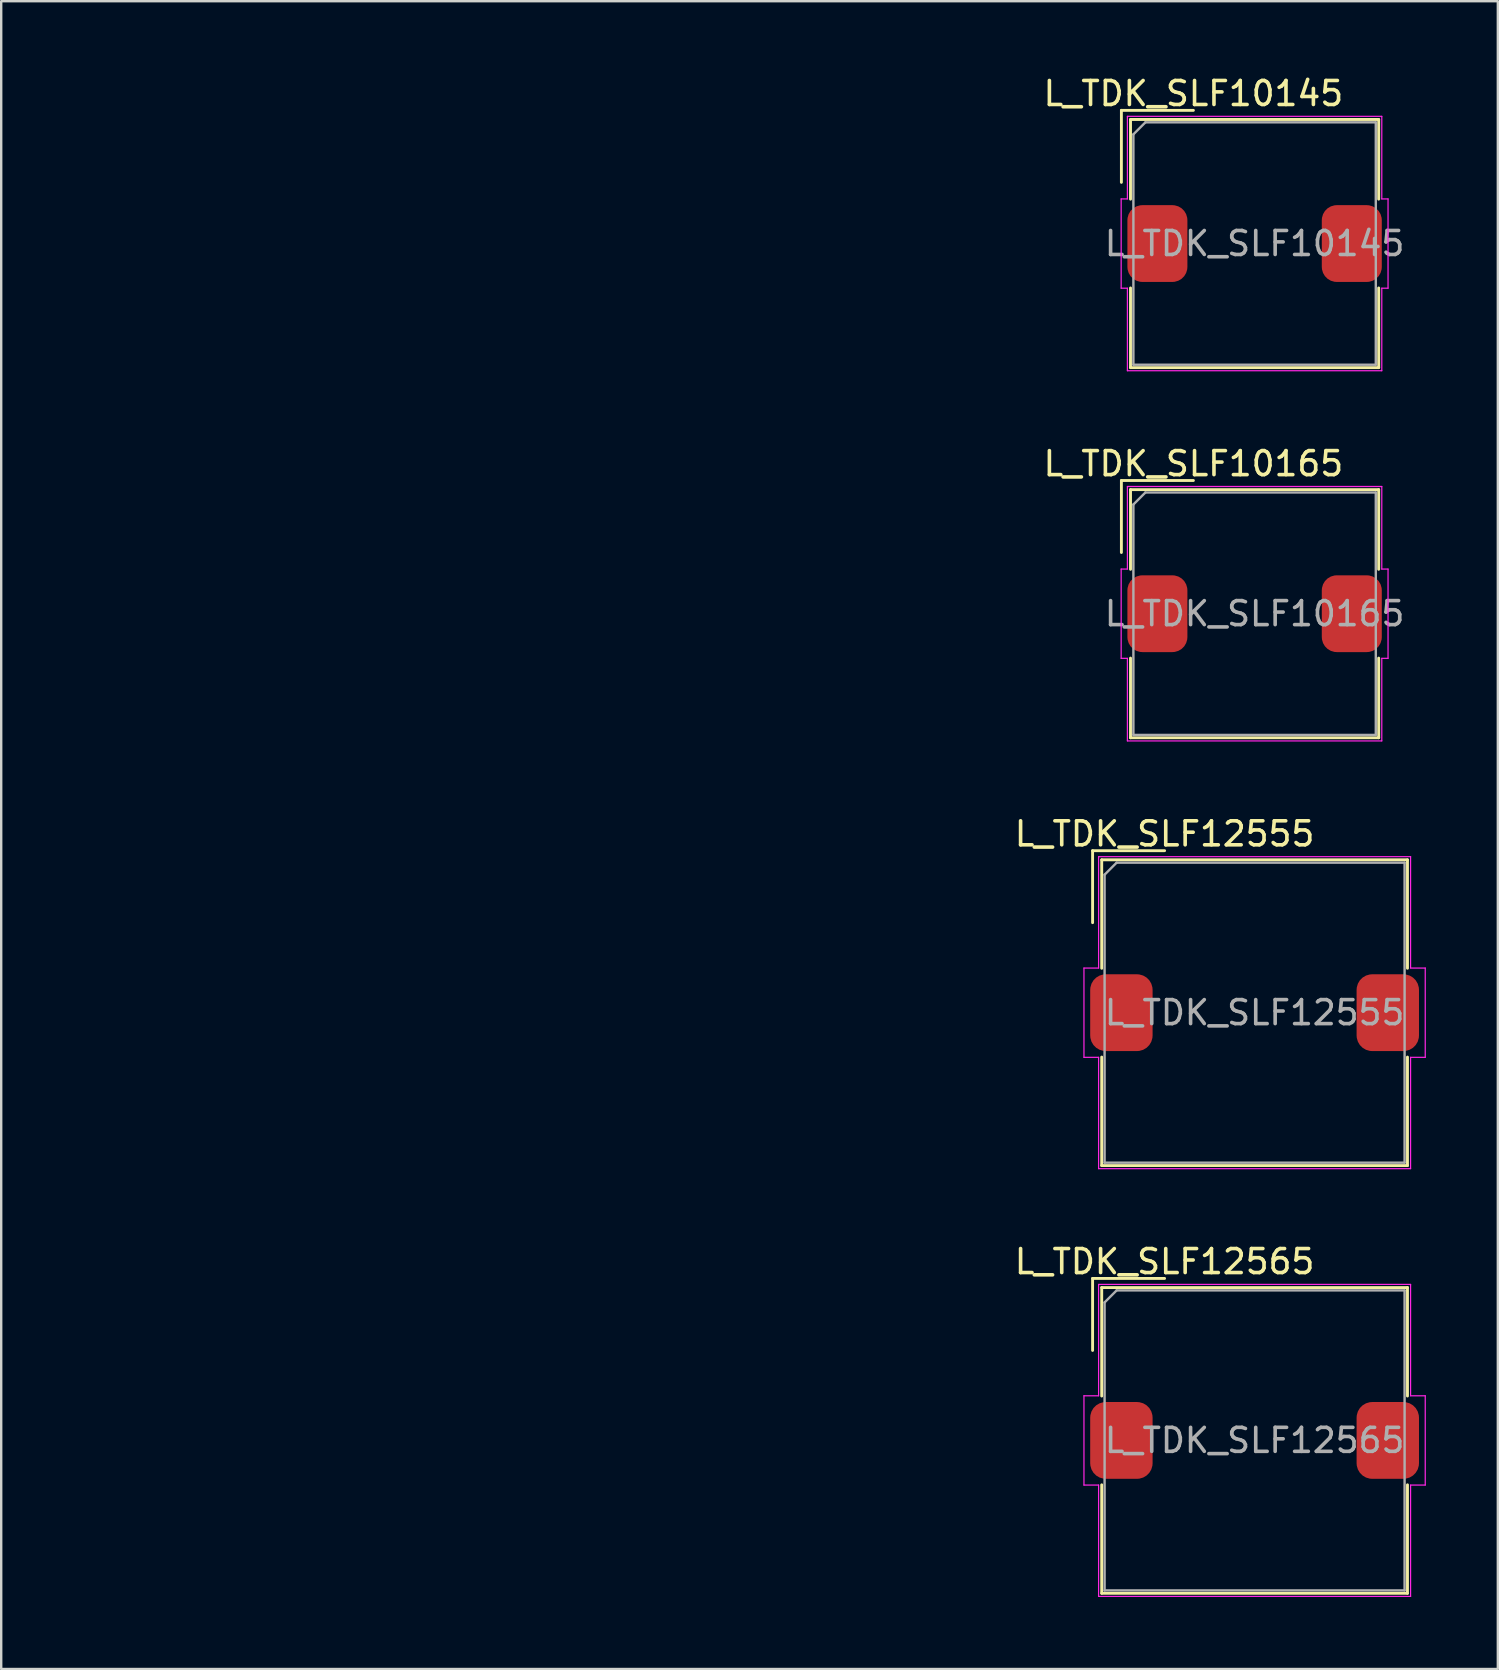
<source format=kicad_pcb>
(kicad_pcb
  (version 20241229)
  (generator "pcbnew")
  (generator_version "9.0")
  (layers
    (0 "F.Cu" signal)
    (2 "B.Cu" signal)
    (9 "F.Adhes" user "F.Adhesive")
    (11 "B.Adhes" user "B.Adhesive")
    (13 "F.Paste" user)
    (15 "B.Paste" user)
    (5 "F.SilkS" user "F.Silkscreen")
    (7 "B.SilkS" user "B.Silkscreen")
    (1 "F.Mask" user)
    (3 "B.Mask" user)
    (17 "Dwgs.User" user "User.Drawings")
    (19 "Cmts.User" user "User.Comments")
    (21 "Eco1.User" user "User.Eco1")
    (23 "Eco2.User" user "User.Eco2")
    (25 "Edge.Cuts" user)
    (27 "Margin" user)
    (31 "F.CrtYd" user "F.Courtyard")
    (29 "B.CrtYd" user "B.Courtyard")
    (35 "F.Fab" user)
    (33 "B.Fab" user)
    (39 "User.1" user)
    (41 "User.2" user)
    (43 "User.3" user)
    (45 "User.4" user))
  (footprint "L_TDK_SLF10145"
    (layer "F.Cu")
    (at 49.225 7.098)
    (property "Reference" "L_TDK_SLF10145" (at -2.55 -6.25 0) (layer "F.SilkS") (effects (font (size 1 1) (thickness 0.15))))
    (attr smd)
    (fp_line (start -5.55 -5.55) (end -2.55 -5.55) (stroke (width 0.12) (type solid)) (layer "F.SilkS"))
    (fp_line (start -5.55 -2.55) (end -5.55 -5.55) (stroke (width 0.12) (type solid)) (layer "F.SilkS"))
    (fp_line (start -5.17 -5.17) (end -5.17 -1.85) (stroke (width 0.12) (type solid)) (layer "F.SilkS"))
    (fp_line (start -5.17 -5.17) (end 5.17 -5.17) (stroke (width 0.12) (type solid)) (layer "F.SilkS"))
    (fp_line (start -5.17 1.85) (end -5.17 5.17) (stroke (width 0.12) (type solid)) (layer "F.SilkS"))
    (fp_line (start -5.17 5.17) (end 5.17 5.17) (stroke (width 0.12) (type solid)) (layer "F.SilkS"))
    (fp_line (start 5.17 -5.17) (end 5.17 -1.85) (stroke (width 0.12) (type solid)) (layer "F.SilkS"))
    (fp_line (start 5.17 1.85) (end 5.17 5.17) (stroke (width 0.12) (type solid)) (layer "F.SilkS"))
    (fp_line (start -5.56 -1.86) (end -5.56 1.86) (stroke (width 0.05) (type solid)) (layer "F.CrtYd"))
    (fp_line (start -5.56 1.86) (end -5.3 1.86) (stroke (width 0.05) (type solid)) (layer "F.CrtYd"))
    (fp_line (start -5.3 -5.3) (end -5.3 -1.86) (stroke (width 0.05) (type solid)) (layer "F.CrtYd"))
    (fp_line (start -5.3 -5.3) (end 5.3 -5.3) (stroke (width 0.05) (type solid)) (layer "F.CrtYd"))
    (fp_line (start -5.3 -1.86) (end -5.56 -1.86) (stroke (width 0.05) (type solid)) (layer "F.CrtYd"))
    (fp_line (start -5.3 1.86) (end -5.3 5.3) (stroke (width 0.05) (type solid)) (layer "F.CrtYd"))
    (fp_line (start -5.3 5.3) (end 5.3 5.3) (stroke (width 0.05) (type solid)) (layer "F.CrtYd"))
    (fp_line (start 5.3 -5.3) (end 5.3 -1.86) (stroke (width 0.05) (type solid)) (layer "F.CrtYd"))
    (fp_line (start 5.3 -1.86) (end 5.56 -1.86) (stroke (width 0.05) (type solid)) (layer "F.CrtYd"))
    (fp_line (start 5.3 1.86) (end 5.3 5.3) (stroke (width 0.05) (type solid)) (layer "F.CrtYd"))
    (fp_line (start 5.56 -1.86) (end 5.56 1.86) (stroke (width 0.05) (type solid)) (layer "F.CrtYd"))
    (fp_line (start 5.56 1.86) (end 5.3 1.86) (stroke (width 0.05) (type solid)) (layer "F.CrtYd"))
    (fp_line (start -5.05 -4.55) (end -4.55 -5.05) (stroke (width 0.1) (type solid)) (layer "F.Fab"))
    (fp_line (start -5.05 5.05) (end -5.05 -4.55) (stroke (width 0.1) (type solid)) (layer "F.Fab"))
    (fp_line (start -4.55 -5.05) (end 5.05 -5.05) (stroke (width 0.1) (type solid)) (layer "F.Fab"))
    (fp_line (start 5.05 -5.05) (end 5.05 5.05) (stroke (width 0.1) (type solid)) (layer "F.Fab"))
    (fp_line (start 5.05 5.05) (end -5.05 5.05) (stroke (width 0.1) (type solid)) (layer "F.Fab"))
    (fp_text user "" (at -49 0.05 0) (layer "F.SilkS") (effects (font (size 3 3) (thickness 0.15))))
    (fp_text user "${REFERENCE}" (at 0 0 0) (layer "F.Fab") (effects (font (size 1 1) (thickness 0.15))))
    (pad "1" smd roundrect (at -4.05 0) (size 2.5 3.2) (layers "F.Cu" "F.Mask" "F.Paste") (roundrect_rratio 0.25))
    (pad "2" smd roundrect (at 4.05 0) (size 2.5 3.2) (layers "F.Cu" "F.Mask" "F.Paste") (roundrect_rratio 0.25)))
  (footprint "L_TDK_SLF12565"
    (layer "F.Cu")
    (at 49.225 56.968)
    (property "Reference" "L_TDK_SLF12565" (at -3.75 -7.45 0) (layer "F.SilkS") (effects (font (size 1 1) (thickness 0.15))))
    (attr smd)
    (fp_line (start -6.75 -6.75) (end -3.75 -6.75) (stroke (width 0.12) (type solid)) (layer "F.SilkS"))
    (fp_line (start -6.75 -3.75) (end -6.75 -6.75) (stroke (width 0.12) (type solid)) (layer "F.SilkS"))
    (fp_line (start -6.37 -6.37) (end -6.37 -1.85) (stroke (width 0.12) (type solid)) (layer "F.SilkS"))
    (fp_line (start -6.37 -6.37) (end 6.37 -6.37) (stroke (width 0.12) (type solid)) (layer "F.SilkS"))
    (fp_line (start -6.37 1.85) (end -6.37 6.37) (stroke (width 0.12) (type solid)) (layer "F.SilkS"))
    (fp_line (start -6.37 6.37) (end 6.37 6.37) (stroke (width 0.12) (type solid)) (layer "F.SilkS"))
    (fp_line (start 6.37 -6.37) (end 6.37 -1.85) (stroke (width 0.12) (type solid)) (layer "F.SilkS"))
    (fp_line (start 6.37 1.85) (end 6.37 6.37) (stroke (width 0.12) (type solid)) (layer "F.SilkS"))
    (fp_line (start -7.11 -1.86) (end -7.11 1.86) (stroke (width 0.05) (type solid)) (layer "F.CrtYd"))
    (fp_line (start -7.11 1.86) (end -6.5 1.86) (stroke (width 0.05) (type solid)) (layer "F.CrtYd"))
    (fp_line (start -6.5 -6.5) (end -6.5 -1.86) (stroke (width 0.05) (type solid)) (layer "F.CrtYd"))
    (fp_line (start -6.5 -6.5) (end 6.5 -6.5) (stroke (width 0.05) (type solid)) (layer "F.CrtYd"))
    (fp_line (start -6.5 -1.86) (end -7.11 -1.86) (stroke (width 0.05) (type solid)) (layer "F.CrtYd"))
    (fp_line (start -6.5 1.86) (end -6.5 6.5) (stroke (width 0.05) (type solid)) (layer "F.CrtYd"))
    (fp_line (start -6.5 6.5) (end 6.5 6.5) (stroke (width 0.05) (type solid)) (layer "F.CrtYd"))
    (fp_line (start 6.5 -6.5) (end 6.5 -1.86) (stroke (width 0.05) (type solid)) (layer "F.CrtYd"))
    (fp_line (start 6.5 -1.86) (end 7.11 -1.86) (stroke (width 0.05) (type solid)) (layer "F.CrtYd"))
    (fp_line (start 6.5 1.86) (end 6.5 6.5) (stroke (width 0.05) (type solid)) (layer "F.CrtYd"))
    (fp_line (start 7.11 -1.86) (end 7.11 1.86) (stroke (width 0.05) (type solid)) (layer "F.CrtYd"))
    (fp_line (start 7.11 1.86) (end 6.5 1.86) (stroke (width 0.05) (type solid)) (layer "F.CrtYd"))
    (fp_line (start -6.25 -5.75) (end -5.75 -6.25) (stroke (width 0.1) (type solid)) (layer "F.Fab"))
    (fp_line (start -6.25 6.25) (end -6.25 -5.75) (stroke (width 0.1) (type solid)) (layer "F.Fab"))
    (fp_line (start -5.75 -6.25) (end 6.25 -6.25) (stroke (width 0.1) (type solid)) (layer "F.Fab"))
    (fp_line (start 6.25 -6.25) (end 6.25 6.25) (stroke (width 0.1) (type solid)) (layer "F.Fab"))
    (fp_line (start 6.25 6.25) (end -6.25 6.25) (stroke (width 0.1) (type solid)) (layer "F.Fab"))
    (fp_text user "" (at -49 0.05 0) (layer "F.SilkS") (effects (font (size 3 3) (thickness 0.15))))
    (fp_text user "${REFERENCE}" (at 0 0 0) (layer "F.Fab") (effects (font (size 1 1) (thickness 0.15))))
    (pad "1" smd roundrect (at -5.55 0) (size 2.6 3.2) (layers "F.Cu" "F.Mask" "F.Paste") (roundrect_rratio 0.25))
    (pad "2" smd roundrect (at 5.55 0) (size 2.6 3.2) (layers "F.Cu" "F.Mask" "F.Paste") (roundrect_rratio 0.25)))
  (footprint "L_TDK_SLF12555"
    (layer "F.Cu")
    (at 49.225 39.145)
    (property "Reference" "L_TDK_SLF12555" (at -3.75 -7.45 0) (layer "F.SilkS") (effects (font (size 1 1) (thickness 0.15))))
    (attr smd)
    (fp_line (start -6.75 -6.75) (end -3.75 -6.75) (stroke (width 0.12) (type solid)) (layer "F.SilkS"))
    (fp_line (start -6.75 -3.75) (end -6.75 -6.75) (stroke (width 0.12) (type solid)) (layer "F.SilkS"))
    (fp_line (start -6.37 -6.37) (end -6.37 -1.85) (stroke (width 0.12) (type solid)) (layer "F.SilkS"))
    (fp_line (start -6.37 -6.37) (end 6.37 -6.37) (stroke (width 0.12) (type solid)) (layer "F.SilkS"))
    (fp_line (start -6.37 1.85) (end -6.37 6.37) (stroke (width 0.12) (type solid)) (layer "F.SilkS"))
    (fp_line (start -6.37 6.37) (end 6.37 6.37) (stroke (width 0.12) (type solid)) (layer "F.SilkS"))
    (fp_line (start 6.37 -6.37) (end 6.37 -1.85) (stroke (width 0.12) (type solid)) (layer "F.SilkS"))
    (fp_line (start 6.37 1.85) (end 6.37 6.37) (stroke (width 0.12) (type solid)) (layer "F.SilkS"))
    (fp_line (start -7.11 -1.86) (end -7.11 1.86) (stroke (width 0.05) (type solid)) (layer "F.CrtYd"))
    (fp_line (start -7.11 1.86) (end -6.5 1.86) (stroke (width 0.05) (type solid)) (layer "F.CrtYd"))
    (fp_line (start -6.5 -6.5) (end -6.5 -1.86) (stroke (width 0.05) (type solid)) (layer "F.CrtYd"))
    (fp_line (start -6.5 -6.5) (end 6.5 -6.5) (stroke (width 0.05) (type solid)) (layer "F.CrtYd"))
    (fp_line (start -6.5 -1.86) (end -7.11 -1.86) (stroke (width 0.05) (type solid)) (layer "F.CrtYd"))
    (fp_line (start -6.5 1.86) (end -6.5 6.5) (stroke (width 0.05) (type solid)) (layer "F.CrtYd"))
    (fp_line (start -6.5 6.5) (end 6.5 6.5) (stroke (width 0.05) (type solid)) (layer "F.CrtYd"))
    (fp_line (start 6.5 -6.5) (end 6.5 -1.86) (stroke (width 0.05) (type solid)) (layer "F.CrtYd"))
    (fp_line (start 6.5 -1.86) (end 7.11 -1.86) (stroke (width 0.05) (type solid)) (layer "F.CrtYd"))
    (fp_line (start 6.5 1.86) (end 6.5 6.5) (stroke (width 0.05) (type solid)) (layer "F.CrtYd"))
    (fp_line (start 7.11 -1.86) (end 7.11 1.86) (stroke (width 0.05) (type solid)) (layer "F.CrtYd"))
    (fp_line (start 7.11 1.86) (end 6.5 1.86) (stroke (width 0.05) (type solid)) (layer "F.CrtYd"))
    (fp_line (start -6.25 -5.75) (end -5.75 -6.25) (stroke (width 0.1) (type solid)) (layer "F.Fab"))
    (fp_line (start -6.25 6.25) (end -6.25 -5.75) (stroke (width 0.1) (type solid)) (layer "F.Fab"))
    (fp_line (start -5.75 -6.25) (end 6.25 -6.25) (stroke (width 0.1) (type solid)) (layer "F.Fab"))
    (fp_line (start 6.25 -6.25) (end 6.25 6.25) (stroke (width 0.1) (type solid)) (layer "F.Fab"))
    (fp_line (start 6.25 6.25) (end -6.25 6.25) (stroke (width 0.1) (type solid)) (layer "F.Fab"))
    (fp_text user "" (at -49 0.05 0) (layer "F.SilkS") (effects (font (size 3 3) (thickness 0.15))))
    (fp_text user "${REFERENCE}" (at 0 0 0) (layer "F.Fab") (effects (font (size 1 1) (thickness 0.15))))
    (pad "1" smd roundrect (at -5.55 0) (size 2.6 3.2) (layers "F.Cu" "F.Mask" "F.Paste") (roundrect_rratio 0.25))
    (pad "2" smd roundrect (at 5.55 0) (size 2.6 3.2) (layers "F.Cu" "F.Mask" "F.Paste") (roundrect_rratio 0.25)))
  (footprint "L_TDK_SLF10165"
    (layer "F.Cu")
    (at 49.225 22.521)
    (property "Reference" "L_TDK_SLF10165" (at -2.55 -6.25 0) (layer "F.SilkS") (effects (font (size 1 1) (thickness 0.15))))
    (attr smd)
    (fp_line (start -5.55 -5.55) (end -2.55 -5.55) (stroke (width 0.12) (type solid)) (layer "F.SilkS"))
    (fp_line (start -5.55 -2.55) (end -5.55 -5.55) (stroke (width 0.12) (type solid)) (layer "F.SilkS"))
    (fp_line (start -5.17 -5.17) (end -5.17 -1.85) (stroke (width 0.12) (type solid)) (layer "F.SilkS"))
    (fp_line (start -5.17 -5.17) (end 5.17 -5.17) (stroke (width 0.12) (type solid)) (layer "F.SilkS"))
    (fp_line (start -5.17 1.85) (end -5.17 5.17) (stroke (width 0.12) (type solid)) (layer "F.SilkS"))
    (fp_line (start -5.17 5.17) (end 5.17 5.17) (stroke (width 0.12) (type solid)) (layer "F.SilkS"))
    (fp_line (start 5.17 -5.17) (end 5.17 -1.85) (stroke (width 0.12) (type solid)) (layer "F.SilkS"))
    (fp_line (start 5.17 1.85) (end 5.17 5.17) (stroke (width 0.12) (type solid)) (layer "F.SilkS"))
    (fp_line (start -5.56 -1.86) (end -5.56 1.86) (stroke (width 0.05) (type solid)) (layer "F.CrtYd"))
    (fp_line (start -5.56 1.86) (end -5.3 1.86) (stroke (width 0.05) (type solid)) (layer "F.CrtYd"))
    (fp_line (start -5.3 -5.3) (end -5.3 -1.86) (stroke (width 0.05) (type solid)) (layer "F.CrtYd"))
    (fp_line (start -5.3 -5.3) (end 5.3 -5.3) (stroke (width 0.05) (type solid)) (layer "F.CrtYd"))
    (fp_line (start -5.3 -1.86) (end -5.56 -1.86) (stroke (width 0.05) (type solid)) (layer "F.CrtYd"))
    (fp_line (start -5.3 1.86) (end -5.3 5.3) (stroke (width 0.05) (type solid)) (layer "F.CrtYd"))
    (fp_line (start -5.3 5.3) (end 5.3 5.3) (stroke (width 0.05) (type solid)) (layer "F.CrtYd"))
    (fp_line (start 5.3 -5.3) (end 5.3 -1.86) (stroke (width 0.05) (type solid)) (layer "F.CrtYd"))
    (fp_line (start 5.3 -1.86) (end 5.56 -1.86) (stroke (width 0.05) (type solid)) (layer "F.CrtYd"))
    (fp_line (start 5.3 1.86) (end 5.3 5.3) (stroke (width 0.05) (type solid)) (layer "F.CrtYd"))
    (fp_line (start 5.56 -1.86) (end 5.56 1.86) (stroke (width 0.05) (type solid)) (layer "F.CrtYd"))
    (fp_line (start 5.56 1.86) (end 5.3 1.86) (stroke (width 0.05) (type solid)) (layer "F.CrtYd"))
    (fp_line (start -5.05 -4.55) (end -4.55 -5.05) (stroke (width 0.1) (type solid)) (layer "F.Fab"))
    (fp_line (start -5.05 5.05) (end -5.05 -4.55) (stroke (width 0.1) (type solid)) (layer "F.Fab"))
    (fp_line (start -4.55 -5.05) (end 5.05 -5.05) (stroke (width 0.1) (type solid)) (layer "F.Fab"))
    (fp_line (start 5.05 -5.05) (end 5.05 5.05) (stroke (width 0.1) (type solid)) (layer "F.Fab"))
    (fp_line (start 5.05 5.05) (end -5.05 5.05) (stroke (width 0.1) (type solid)) (layer "F.Fab"))
    (fp_text user "" (at -49 0.05 0) (layer "F.SilkS") (effects (font (size 3 3) (thickness 0.15))))
    (fp_text user "${REFERENCE}" (at 0 0 0) (layer "F.Fab") (effects (font (size 1 1) (thickness 0.15))))
    (pad "1" smd roundrect (at -4.05 0) (size 2.5 3.2) (layers "F.Cu" "F.Mask" "F.Paste") (roundrect_rratio 0.25))
    (pad "2" smd roundrect (at 4.05 0) (size 2.5 3.2) (layers "F.Cu" "F.Mask" "F.Paste") (roundrect_rratio 0.25)))
  (gr_rect
    (start -3 -3)
    (end 59.36 66.493)
    (stroke (width 0.1) (type default))
    (fill no)
    (layer "Edge.Cuts")))
</source>
